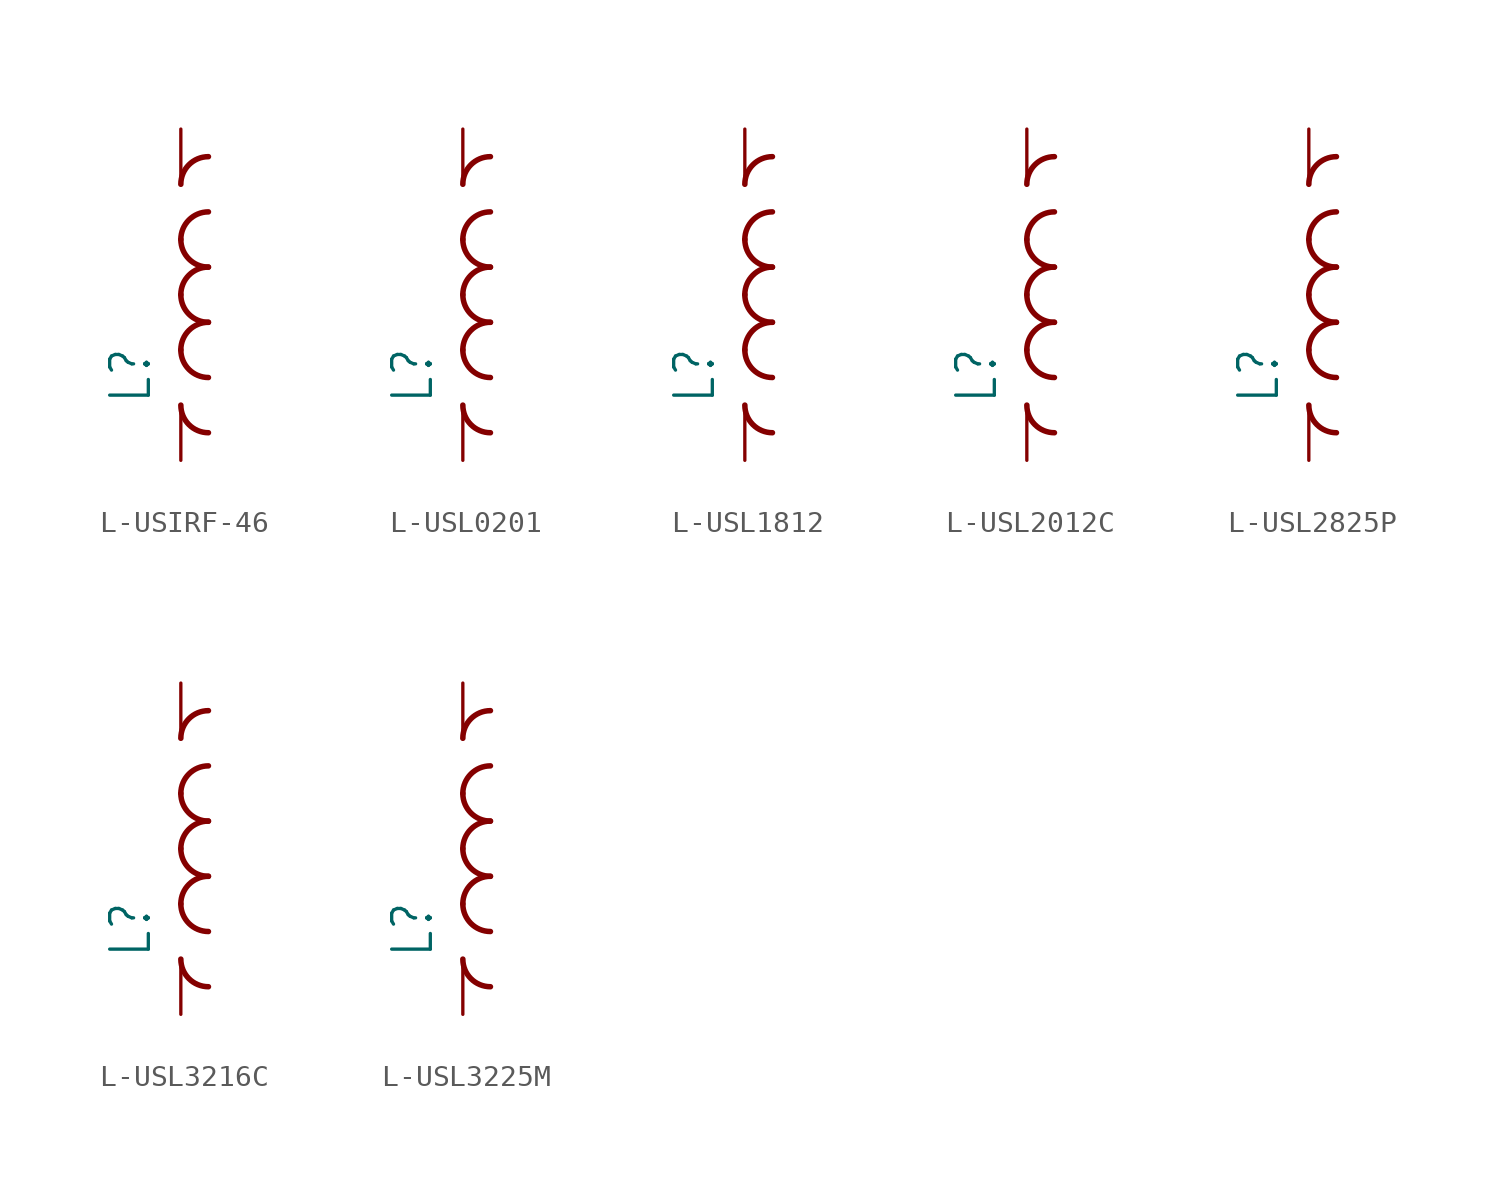
<source format=kicad_sym>
(kicad_symbol_lib
  (version 20241209)
  (generator "kicad_symbol_editor")
  (generator_version "9.0")
  (symbol "L-USIRF-46"
    (property "Reference" "L"
      (at -1.27 -5.08 90)
      (effects (font (size 1.778 1.511)) (justify left bottom)))
    (property "Value" ""
      (at 3.81 -5.08 90)
      (effects (font (size 1.778 1.511)) (justify left bottom)))
    (property "ki_locked" ""
      (at 0 0 0)
      (effects (font (size 1.27 1.27))))
    (symbol "L-USIRF-46_1_0"
      (arc (start 0 5.08) (mid 0.372 5.978) (end 1.27 6.35) (stroke (width 0.254) (type solid)) (fill (type none)))
      (arc (start 0 2.54) (mid 0.372 3.438) (end 1.27 3.81) (stroke (width 0.254) (type solid)) (fill (type none)))
      (arc (start 1.27 1.27) (mid 0.372 1.642) (end 0 2.54) (stroke (width 0.254) (type solid)) (fill (type none)))
      (arc (start 0 0) (mid 0.372 0.898) (end 1.27 1.27) (stroke (width 0.254) (type solid)) (fill (type none)))
      (arc (start 1.27 -1.27) (mid 0.372 -0.898) (end 0 0) (stroke (width 0.254) (type solid)) (fill (type none)))
      (arc (start 0 -2.54) (mid 0.372 -1.642) (end 1.27 -1.27) (stroke (width 0.254) (type solid)) (fill (type none)))
      (arc (start 1.27 -3.81) (mid 0.372 -3.438) (end 0 -2.54) (stroke (width 0.254) (type solid)) (fill (type none)))
      (arc (start 1.27 -6.35) (mid 0.372 -5.978) (end 0 -5.08) (stroke (width 0.254) (type solid)) (fill (type none)))
      (pin passive line (at 0 7.62 270) (length 2.54) (name "1" (effects (font (size 0 0)))) (number "1" (effects (font (size 0 0)))))
      (pin passive line (at 0 -7.62 90) (length 2.54) (name "2" (effects (font (size 0 0)))) (number "2" (effects (font (size 0 0)))))))
  (symbol "L-USL0201"
    (property "Reference" "L"
      (at -1.27 -5.08 90)
      (effects (font (size 1.778 1.511)) (justify left bottom)))
    (property "Value" ""
      (at 3.81 -5.08 90)
      (effects (font (size 1.778 1.511)) (justify left bottom)))
    (property "ki_locked" ""
      (at 0 0 0)
      (effects (font (size 1.27 1.27))))
    (symbol "L-USL0201_1_0"
      (arc (start 0 5.08) (mid 0.372 5.978) (end 1.27 6.35) (stroke (width 0.254) (type solid)) (fill (type none)))
      (arc (start 0 2.54) (mid 0.372 3.438) (end 1.27 3.81) (stroke (width 0.254) (type solid)) (fill (type none)))
      (arc (start 1.27 1.27) (mid 0.372 1.642) (end 0 2.54) (stroke (width 0.254) (type solid)) (fill (type none)))
      (arc (start 0 0) (mid 0.372 0.898) (end 1.27 1.27) (stroke (width 0.254) (type solid)) (fill (type none)))
      (arc (start 1.27 -1.27) (mid 0.372 -0.898) (end 0 0) (stroke (width 0.254) (type solid)) (fill (type none)))
      (arc (start 0 -2.54) (mid 0.372 -1.642) (end 1.27 -1.27) (stroke (width 0.254) (type solid)) (fill (type none)))
      (arc (start 1.27 -3.81) (mid 0.372 -3.438) (end 0 -2.54) (stroke (width 0.254) (type solid)) (fill (type none)))
      (arc (start 1.27 -6.35) (mid 0.372 -5.978) (end 0 -5.08) (stroke (width 0.254) (type solid)) (fill (type none)))
      (pin passive line (at 0 7.62 270) (length 2.54) (name "1" (effects (font (size 0 0)))) (number "1" (effects (font (size 0 0)))))
      (pin passive line (at 0 -7.62 90) (length 2.54) (name "2" (effects (font (size 0 0)))) (number "2" (effects (font (size 0 0)))))))
  (symbol "L-USL1812"
    (property "Reference" "L"
      (at -1.27 -5.08 90)
      (effects (font (size 1.778 1.511)) (justify left bottom)))
    (property "Value" ""
      (at 3.81 -5.08 90)
      (effects (font (size 1.778 1.511)) (justify left bottom)))
    (property "ki_locked" ""
      (at 0 0 0)
      (effects (font (size 1.27 1.27))))
    (symbol "L-USL1812_1_0"
      (arc (start 0 5.08) (mid 0.372 5.978) (end 1.27 6.35) (stroke (width 0.254) (type solid)) (fill (type none)))
      (arc (start 0 2.54) (mid 0.372 3.438) (end 1.27 3.81) (stroke (width 0.254) (type solid)) (fill (type none)))
      (arc (start 1.27 1.27) (mid 0.372 1.642) (end 0 2.54) (stroke (width 0.254) (type solid)) (fill (type none)))
      (arc (start 0 0) (mid 0.372 0.898) (end 1.27 1.27) (stroke (width 0.254) (type solid)) (fill (type none)))
      (arc (start 1.27 -1.27) (mid 0.372 -0.898) (end 0 0) (stroke (width 0.254) (type solid)) (fill (type none)))
      (arc (start 0 -2.54) (mid 0.372 -1.642) (end 1.27 -1.27) (stroke (width 0.254) (type solid)) (fill (type none)))
      (arc (start 1.27 -3.81) (mid 0.372 -3.438) (end 0 -2.54) (stroke (width 0.254) (type solid)) (fill (type none)))
      (arc (start 1.27 -6.35) (mid 0.372 -5.978) (end 0 -5.08) (stroke (width 0.254) (type solid)) (fill (type none)))
      (pin passive line (at 0 7.62 270) (length 2.54) (name "1" (effects (font (size 0 0)))) (number "1" (effects (font (size 0 0)))))
      (pin passive line (at 0 -7.62 90) (length 2.54) (name "2" (effects (font (size 0 0)))) (number "2" (effects (font (size 0 0)))))))
  (symbol "L-USL2012C"
    (property "Reference" "L"
      (at -1.27 -5.08 90)
      (effects (font (size 1.778 1.511)) (justify left bottom)))
    (property "Value" ""
      (at 3.81 -5.08 90)
      (effects (font (size 1.778 1.511)) (justify left bottom)))
    (property "ki_locked" ""
      (at 0 0 0)
      (effects (font (size 1.27 1.27))))
    (symbol "L-USL2012C_1_0"
      (arc (start 0 5.08) (mid 0.372 5.978) (end 1.27 6.35) (stroke (width 0.254) (type solid)) (fill (type none)))
      (arc (start 0 2.54) (mid 0.372 3.438) (end 1.27 3.81) (stroke (width 0.254) (type solid)) (fill (type none)))
      (arc (start 1.27 1.27) (mid 0.372 1.642) (end 0 2.54) (stroke (width 0.254) (type solid)) (fill (type none)))
      (arc (start 0 0) (mid 0.372 0.898) (end 1.27 1.27) (stroke (width 0.254) (type solid)) (fill (type none)))
      (arc (start 1.27 -1.27) (mid 0.372 -0.898) (end 0 0) (stroke (width 0.254) (type solid)) (fill (type none)))
      (arc (start 0 -2.54) (mid 0.372 -1.642) (end 1.27 -1.27) (stroke (width 0.254) (type solid)) (fill (type none)))
      (arc (start 1.27 -3.81) (mid 0.372 -3.438) (end 0 -2.54) (stroke (width 0.254) (type solid)) (fill (type none)))
      (arc (start 1.27 -6.35) (mid 0.372 -5.978) (end 0 -5.08) (stroke (width 0.254) (type solid)) (fill (type none)))
      (pin passive line (at 0 7.62 270) (length 2.54) (name "1" (effects (font (size 0 0)))) (number "1" (effects (font (size 0 0)))))
      (pin passive line (at 0 -7.62 90) (length 2.54) (name "2" (effects (font (size 0 0)))) (number "2" (effects (font (size 0 0)))))))
  (symbol "L-USL2825P"
    (property "Reference" "L"
      (at -1.27 -5.08 90)
      (effects (font (size 1.778 1.511)) (justify left bottom)))
    (property "Value" ""
      (at 3.81 -5.08 90)
      (effects (font (size 1.778 1.511)) (justify left bottom)))
    (property "ki_locked" ""
      (at 0 0 0)
      (effects (font (size 1.27 1.27))))
    (symbol "L-USL2825P_1_0"
      (arc (start 0 5.08) (mid 0.372 5.978) (end 1.27 6.35) (stroke (width 0.254) (type solid)) (fill (type none)))
      (arc (start 0 2.54) (mid 0.372 3.438) (end 1.27 3.81) (stroke (width 0.254) (type solid)) (fill (type none)))
      (arc (start 1.27 1.27) (mid 0.372 1.642) (end 0 2.54) (stroke (width 0.254) (type solid)) (fill (type none)))
      (arc (start 0 0) (mid 0.372 0.898) (end 1.27 1.27) (stroke (width 0.254) (type solid)) (fill (type none)))
      (arc (start 1.27 -1.27) (mid 0.372 -0.898) (end 0 0) (stroke (width 0.254) (type solid)) (fill (type none)))
      (arc (start 0 -2.54) (mid 0.372 -1.642) (end 1.27 -1.27) (stroke (width 0.254) (type solid)) (fill (type none)))
      (arc (start 1.27 -3.81) (mid 0.372 -3.438) (end 0 -2.54) (stroke (width 0.254) (type solid)) (fill (type none)))
      (arc (start 1.27 -6.35) (mid 0.372 -5.978) (end 0 -5.08) (stroke (width 0.254) (type solid)) (fill (type none)))
      (pin passive line (at 0 7.62 270) (length 2.54) (name "1" (effects (font (size 0 0)))) (number "1" (effects (font (size 0 0)))))
      (pin passive line (at 0 -7.62 90) (length 2.54) (name "2" (effects (font (size 0 0)))) (number "2" (effects (font (size 0 0)))))))
  (symbol "L-USL3216C"
    (property "Reference" "L"
      (at -1.27 -5.08 90)
      (effects (font (size 1.778 1.511)) (justify left bottom)))
    (property "Value" ""
      (at 3.81 -5.08 90)
      (effects (font (size 1.778 1.511)) (justify left bottom)))
    (property "ki_locked" ""
      (at 0 0 0)
      (effects (font (size 1.27 1.27))))
    (symbol "L-USL3216C_1_0"
      (arc (start 0 5.08) (mid 0.372 5.978) (end 1.27 6.35) (stroke (width 0.254) (type solid)) (fill (type none)))
      (arc (start 0 2.54) (mid 0.372 3.438) (end 1.27 3.81) (stroke (width 0.254) (type solid)) (fill (type none)))
      (arc (start 1.27 1.27) (mid 0.372 1.642) (end 0 2.54) (stroke (width 0.254) (type solid)) (fill (type none)))
      (arc (start 0 0) (mid 0.372 0.898) (end 1.27 1.27) (stroke (width 0.254) (type solid)) (fill (type none)))
      (arc (start 1.27 -1.27) (mid 0.372 -0.898) (end 0 0) (stroke (width 0.254) (type solid)) (fill (type none)))
      (arc (start 0 -2.54) (mid 0.372 -1.642) (end 1.27 -1.27) (stroke (width 0.254) (type solid)) (fill (type none)))
      (arc (start 1.27 -3.81) (mid 0.372 -3.438) (end 0 -2.54) (stroke (width 0.254) (type solid)) (fill (type none)))
      (arc (start 1.27 -6.35) (mid 0.372 -5.978) (end 0 -5.08) (stroke (width 0.254) (type solid)) (fill (type none)))
      (pin passive line (at 0 7.62 270) (length 2.54) (name "1" (effects (font (size 0 0)))) (number "1" (effects (font (size 0 0)))))
      (pin passive line (at 0 -7.62 90) (length 2.54) (name "2" (effects (font (size 0 0)))) (number "2" (effects (font (size 0 0)))))))
  (symbol "L-USL3225M"
    (property "Reference" "L"
      (at -1.27 -5.08 90)
      (effects (font (size 1.778 1.511)) (justify left bottom)))
    (property "Value" ""
      (at 3.81 -5.08 90)
      (effects (font (size 1.778 1.511)) (justify left bottom)))
    (property "ki_locked" ""
      (at 0 0 0)
      (effects (font (size 1.27 1.27))))
    (symbol "L-USL3225M_1_0"
      (arc (start 0 5.08) (mid 0.372 5.978) (end 1.27 6.35) (stroke (width 0.254) (type solid)) (fill (type none)))
      (arc (start 0 2.54) (mid 0.372 3.438) (end 1.27 3.81) (stroke (width 0.254) (type solid)) (fill (type none)))
      (arc (start 1.27 1.27) (mid 0.372 1.642) (end 0 2.54) (stroke (width 0.254) (type solid)) (fill (type none)))
      (arc (start 0 0) (mid 0.372 0.898) (end 1.27 1.27) (stroke (width 0.254) (type solid)) (fill (type none)))
      (arc (start 1.27 -1.27) (mid 0.372 -0.898) (end 0 0) (stroke (width 0.254) (type solid)) (fill (type none)))
      (arc (start 0 -2.54) (mid 0.372 -1.642) (end 1.27 -1.27) (stroke (width 0.254) (type solid)) (fill (type none)))
      (arc (start 1.27 -3.81) (mid 0.372 -3.438) (end 0 -2.54) (stroke (width 0.254) (type solid)) (fill (type none)))
      (arc (start 1.27 -6.35) (mid 0.372 -5.978) (end 0 -5.08) (stroke (width 0.254) (type solid)) (fill (type none)))
      (pin passive line (at 0 7.62 270) (length 2.54) (name "1" (effects (font (size 0 0)))) (number "1" (effects (font (size 0 0)))))
      (pin passive line (at 0 -7.62 90) (length 2.54) (name "2" (effects (font (size 0 0)))) (number "2" (effects (font (size 0 0))))))))
</source>
